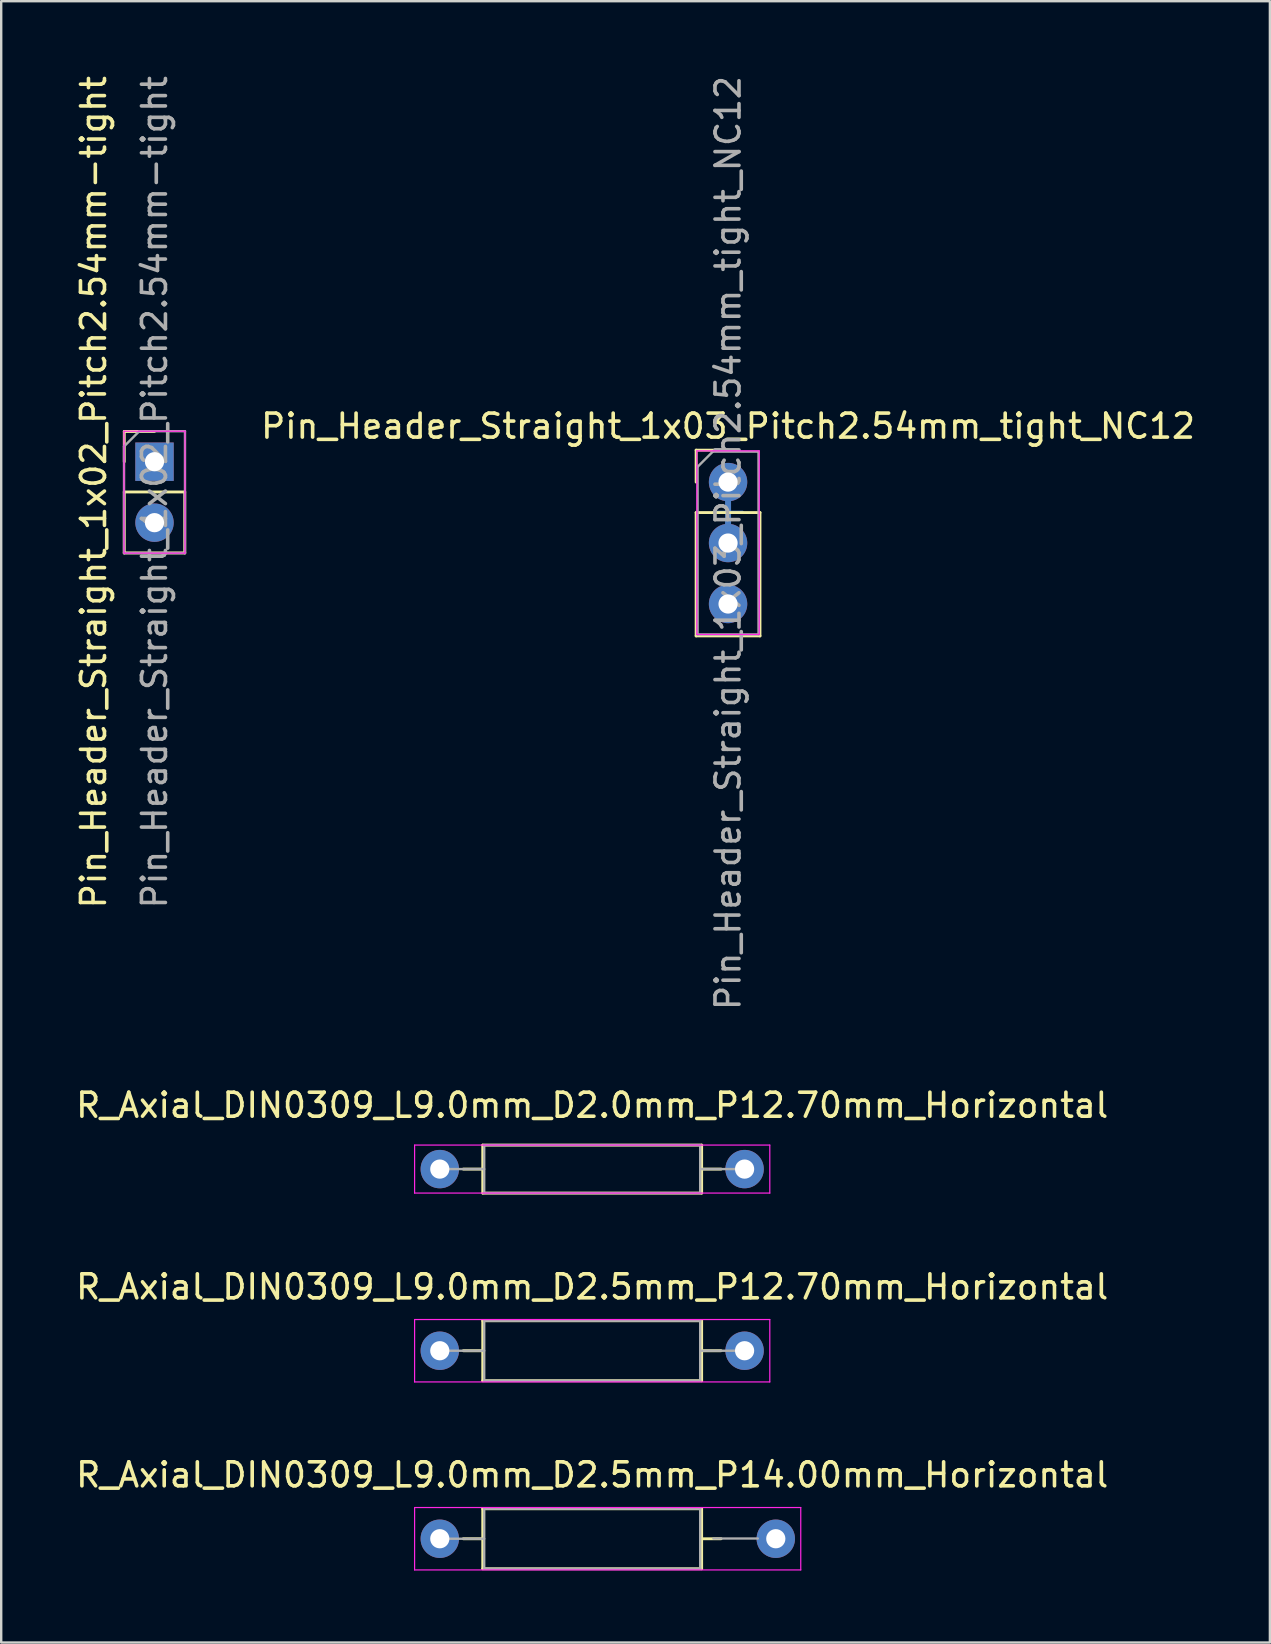
<source format=kicad_pcb>
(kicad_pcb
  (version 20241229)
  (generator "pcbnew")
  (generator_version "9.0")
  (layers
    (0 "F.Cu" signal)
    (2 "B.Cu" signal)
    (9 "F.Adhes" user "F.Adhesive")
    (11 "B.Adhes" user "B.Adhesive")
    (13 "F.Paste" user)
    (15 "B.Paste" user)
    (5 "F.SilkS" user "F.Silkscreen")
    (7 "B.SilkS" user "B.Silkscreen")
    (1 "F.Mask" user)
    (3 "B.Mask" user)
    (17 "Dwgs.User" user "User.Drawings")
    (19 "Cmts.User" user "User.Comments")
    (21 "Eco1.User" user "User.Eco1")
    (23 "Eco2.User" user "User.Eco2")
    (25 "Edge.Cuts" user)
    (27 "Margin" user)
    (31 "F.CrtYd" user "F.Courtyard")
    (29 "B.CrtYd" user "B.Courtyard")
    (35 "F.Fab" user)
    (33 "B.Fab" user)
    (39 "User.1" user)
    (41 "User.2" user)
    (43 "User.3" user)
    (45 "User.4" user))
  (footprint "Pin_Header_Straight_1x02_Pitch2.54mm-tight"
    (layer "F.Cu")
    (at 3.388 16.188)
    (property "Reference" "Pin_Header_Straight_1x02_Pitch2.54mm-tight" (at -2.54 1.27 270) (layer "F.SilkS") (effects (font (size 1 1) (thickness 0.15))))
    (attr through_hole)
    (fp_line (start -1.26 -1.26) (end 0 -1.26) (stroke (width 0.12) (type solid)) (layer "F.SilkS"))
    (fp_line (start -1.26 0) (end -1.26 -1.26) (stroke (width 0.12) (type solid)) (layer "F.SilkS"))
    (fp_line (start -1.26 1.26) (end -1.26 3.8) (stroke (width 0.12) (type solid)) (layer "F.SilkS"))
    (fp_line (start -1.26 1.26) (end 1.26 1.26) (stroke (width 0.12) (type solid)) (layer "F.SilkS"))
    (fp_line (start -1.26 3.8) (end 1.26 3.8) (stroke (width 0.12) (type solid)) (layer "F.SilkS"))
    (fp_line (start 1.26 1.26) (end 1.26 3.8) (stroke (width 0.12) (type solid)) (layer "F.SilkS"))
    (fp_line (start -1.27 -1.27) (end -1.27 3.81) (stroke (width 0.05) (type solid)) (layer "F.CrtYd"))
    (fp_line (start -1.27 3.81) (end 1.27 3.81) (stroke (width 0.05) (type solid)) (layer "F.CrtYd"))
    (fp_line (start 1.27 -1.27) (end -1.27 -1.27) (stroke (width 0.05) (type solid)) (layer "F.CrtYd"))
    (fp_line (start 1.27 3.81) (end 1.27 -1.27) (stroke (width 0.05) (type solid)) (layer "F.CrtYd"))
    (fp_line (start -1.27 -0.635) (end -0.635 -1.27) (stroke (width 0.1) (type solid)) (layer "F.Fab"))
    (fp_line (start -1.27 3.81) (end -1.27 -0.635) (stroke (width 0.1) (type solid)) (layer "F.Fab"))
    (fp_line (start -0.635 -1.27) (end 1.27 -1.27) (stroke (width 0.1) (type solid)) (layer "F.Fab"))
    (fp_line (start 1.27 -1.27) (end 1.27 3.81) (stroke (width 0.1) (type solid)) (layer "F.Fab"))
    (fp_line (start 1.27 3.81) (end -1.27 3.81) (stroke (width 0.1) (type solid)) (layer "F.Fab"))
    (fp_text user "${REFERENCE}" (at 0 1.27 90) (layer "F.Fab") (effects (font (size 1 1) (thickness 0.15))))
    (pad "1" thru_hole rect (at 0 0) (size 1.6 1.6) (drill 0.8) (layers "*.Cu" "*.Mask"))
    (pad "2" thru_hole oval (at 0 2.54) (size 1.6 1.6) (drill 0.8) (layers "*.Cu" "*.Mask")))
  (footprint "R_Axial_DIN0309_L9.0mm_D2.5mm_P12.70mm_Horizontal"
    (layer "F.Cu")
    (at 15.275 53.231)
    (property "Reference" "R_Axial_DIN0309_L9.0mm_D2.5mm_P12.70mm_Horizontal" (at 6.35 -2.66 180) (layer "F.SilkS") (effects (font (size 1 1) (thickness 0.15))))
    (attr through_hole)
    (fp_line (start 0.98 0) (end 1.79 0) (stroke (width 0.12) (type solid)) (layer "F.SilkS"))
    (fp_line (start 1.79 -1.25) (end 1.79 1.25) (stroke (width 0.12) (type solid)) (layer "F.SilkS"))
    (fp_line (start 1.79 1.25) (end 10.91 1.25) (stroke (width 0.12) (type solid)) (layer "F.SilkS"))
    (fp_line (start 10.91 -1.25) (end 1.79 -1.25) (stroke (width 0.12) (type solid)) (layer "F.SilkS"))
    (fp_line (start 10.91 1.25) (end 10.91 -1.25) (stroke (width 0.12) (type solid)) (layer "F.SilkS"))
    (fp_line (start 11.72 0) (end 10.91 0) (stroke (width 0.12) (type solid)) (layer "F.SilkS"))
    (fp_line (start -1.05 -1.3) (end -1.05 1.3) (stroke (width 0.05) (type solid)) (layer "F.CrtYd"))
    (fp_line (start -1.05 1.3) (end 13.75 1.3) (stroke (width 0.05) (type solid)) (layer "F.CrtYd"))
    (fp_line (start 13.75 -1.3) (end -1.05 -1.3) (stroke (width 0.05) (type solid)) (layer "F.CrtYd"))
    (fp_line (start 13.75 1.3) (end 13.75 -1.3) (stroke (width 0.05) (type solid)) (layer "F.CrtYd"))
    (fp_line (start 0 0) (end 1.85 0) (stroke (width 0.1) (type solid)) (layer "F.Fab"))
    (fp_line (start 1.85 -1.25) (end 1.85 1.25) (stroke (width 0.1) (type solid)) (layer "F.Fab"))
    (fp_line (start 1.85 1.25) (end 10.85 1.25) (stroke (width 0.1) (type solid)) (layer "F.Fab"))
    (fp_line (start 10.85 -1.25) (end 1.85 -1.25) (stroke (width 0.1) (type solid)) (layer "F.Fab"))
    (fp_line (start 10.85 1.25) (end 10.85 -1.25) (stroke (width 0.1) (type solid)) (layer "F.Fab"))
    (fp_line (start 12.7 0) (end 10.85 0) (stroke (width 0.1) (type solid)) (layer "F.Fab"))
    (pad "1" thru_hole circle (at 0 0) (size 1.6 1.6) (drill 0.8) (layers "*.Cu" "*.Mask"))
    (pad "2" thru_hole oval (at 12.7 0) (size 1.6 1.6) (drill 0.8) (layers "*.Cu" "*.Mask")))
  (footprint "Pin_Header_Straight_1x03_Pitch2.54mm_tight_NC12"
    (layer "F.Cu")
    (at 27.286 17.037)
    (property "Reference" "Pin_Header_Straight_1x03_Pitch2.54mm_tight_NC12" (at 0 -2.33 180) (layer "F.SilkS") (effects (font (size 1 1) (thickness 0.15))))
    (attr through_hole)
    (fp_line (start -0.6 1.25) (end 0.6 1.25) (stroke (width 0.12) (type solid)) (layer "B.Cu"))
    (fp_line (start 0 0.65) (end 0 1.9) (stroke (width 0.25) (type solid)) (layer "B.Cu"))
    (fp_line (start -1.33 -1.33) (end 0 -1.33) (stroke (width 0.12) (type solid)) (layer "F.SilkS"))
    (fp_line (start -1.33 0) (end -1.33 -1.33) (stroke (width 0.12) (type solid)) (layer "F.SilkS"))
    (fp_line (start -1.33 1.27) (end -1.33 6.41) (stroke (width 0.12) (type solid)) (layer "F.SilkS"))
    (fp_line (start -1.33 1.27) (end 1.33 1.27) (stroke (width 0.12) (type solid)) (layer "F.SilkS"))
    (fp_line (start -1.33 6.41) (end 1.33 6.41) (stroke (width 0.12) (type solid)) (layer "F.SilkS"))
    (fp_line (start 1.33 1.27) (end 1.33 6.41) (stroke (width 0.12) (type solid)) (layer "F.SilkS"))
    (fp_line (start -1.3 -1.3) (end -1.3 6.35) (stroke (width 0.05) (type solid)) (layer "F.CrtYd"))
    (fp_line (start -1.3 6.35) (end 1.3 6.35) (stroke (width 0.05) (type solid)) (layer "F.CrtYd"))
    (fp_line (start 1.3 -1.3) (end -1.3 -1.3) (stroke (width 0.05) (type solid)) (layer "F.CrtYd"))
    (fp_line (start 1.3 6.35) (end 1.3 -1.3) (stroke (width 0.05) (type solid)) (layer "F.CrtYd"))
    (fp_line (start -1.27 -0.635) (end -0.635 -1.27) (stroke (width 0.1) (type solid)) (layer "F.Fab"))
    (fp_line (start -1.27 6.35) (end -1.27 -0.635) (stroke (width 0.1) (type solid)) (layer "F.Fab"))
    (fp_line (start -0.635 -1.27) (end 1.27 -1.27) (stroke (width 0.1) (type solid)) (layer "F.Fab"))
    (fp_line (start 1.27 -1.27) (end 1.27 6.35) (stroke (width 0.1) (type solid)) (layer "F.Fab"))
    (fp_line (start 1.27 6.35) (end -1.27 6.35) (stroke (width 0.1) (type solid)) (layer "F.Fab"))
    (fp_text user "${REFERENCE}" (at 0 2.54 90) (layer "F.Fab") (effects (font (size 1 1) (thickness 0.15))))
    (pad "1" thru_hole circle (at 0 0) (size 1.6 1.6) (drill 0.8) (layers "*.Cu" "*.Mask"))
    (pad "2" thru_hole oval (at 0 2.54) (size 1.6 1.6) (drill 0.8) (layers "*.Cu" "*.Mask"))
    (pad "3" thru_hole oval (at 0 5.08) (size 1.6 1.6) (drill 0.8) (layers "*.Cu" "*.Mask")))
  (footprint "R_Axial_DIN0309_L9.0mm_D2.5mm_P14.00mm_Horizontal"
    (layer "F.Cu")
    (at 15.275 61.065)
    (property "Reference" "R_Axial_DIN0309_L9.0mm_D2.5mm_P14.00mm_Horizontal" (at 6.35 -2.66 0) (layer "F.SilkS") (effects (font (size 1 1) (thickness 0.15))))
    (attr through_hole)
    (fp_line (start 0.98 0) (end 1.79 0) (stroke (width 0.12) (type solid)) (layer "F.SilkS"))
    (fp_line (start 1.79 -1.25) (end 1.79 1.25) (stroke (width 0.12) (type solid)) (layer "F.SilkS"))
    (fp_line (start 1.79 1.25) (end 10.91 1.25) (stroke (width 0.12) (type solid)) (layer "F.SilkS"))
    (fp_line (start 10.91 -1.25) (end 1.79 -1.25) (stroke (width 0.12) (type solid)) (layer "F.SilkS"))
    (fp_line (start 10.91 1.25) (end 10.91 -1.25) (stroke (width 0.12) (type solid)) (layer "F.SilkS"))
    (fp_line (start 11.72 0) (end 10.91 0) (stroke (width 0.12) (type solid)) (layer "F.SilkS"))
    (fp_line (start -1.05 -1.3) (end -1.05 1.3) (stroke (width 0.05) (type solid)) (layer "F.CrtYd"))
    (fp_line (start -1.05 1.3) (end 15.04 1.3) (stroke (width 0.05) (type solid)) (layer "F.CrtYd"))
    (fp_line (start 15.04 -1.3) (end -1.05 -1.3) (stroke (width 0.05) (type solid)) (layer "F.CrtYd"))
    (fp_line (start 15.04 1.3) (end 15.04 -1.3) (stroke (width 0.05) (type solid)) (layer "F.CrtYd"))
    (fp_line (start 0 0) (end 1.85 0) (stroke (width 0.1) (type solid)) (layer "F.Fab"))
    (fp_line (start 1.85 -1.25) (end 1.85 1.25) (stroke (width 0.1) (type solid)) (layer "F.Fab"))
    (fp_line (start 1.85 1.25) (end 10.85 1.25) (stroke (width 0.1) (type solid)) (layer "F.Fab"))
    (fp_line (start 10.85 -1.25) (end 1.85 -1.25) (stroke (width 0.1) (type solid)) (layer "F.Fab"))
    (fp_line (start 10.85 1.25) (end 10.85 -1.25) (stroke (width 0.1) (type solid)) (layer "F.Fab"))
    (fp_line (start 13.25 -0.01) (end 11.4 -0.01) (stroke (width 0.1) (type solid)) (layer "F.Fab"))
    (pad "1" thru_hole circle (at 0 0) (size 1.6 1.6) (drill 0.8) (layers "*.Cu" "*.Mask"))
    (pad "2" thru_hole oval (at 14 0) (size 1.6 1.6) (drill 0.8) (layers "*.Cu" "*.Mask")))
  (footprint "R_Axial_DIN0309_L9.0mm_D2.0mm_P12.70mm_Horizontal"
    (layer "F.Cu")
    (at 15.275 45.663)
    (property "Reference" "R_Axial_DIN0309_L9.0mm_D2.0mm_P12.70mm_Horizontal" (at 6.35 -2.66 180) (layer "F.SilkS") (effects (font (size 1 1) (thickness 0.15))))
    (attr through_hole)
    (fp_line (start 0.98 0) (end 1.79 0) (stroke (width 0.12) (type solid)) (layer "F.SilkS"))
    (fp_line (start 1.79 -1) (end 1.79 1) (stroke (width 0.12) (type solid)) (layer "F.SilkS"))
    (fp_line (start 1.79 1) (end 10.91 1) (stroke (width 0.12) (type solid)) (layer "F.SilkS"))
    (fp_line (start 10.91 -1) (end 1.79 -1) (stroke (width 0.12) (type solid)) (layer "F.SilkS"))
    (fp_line (start 10.91 1) (end 10.91 -1) (stroke (width 0.12) (type solid)) (layer "F.SilkS"))
    (fp_line (start 11.72 0) (end 10.91 0) (stroke (width 0.12) (type solid)) (layer "F.SilkS"))
    (fp_line (start -1.05 -1) (end -1.05 1) (stroke (width 0.05) (type solid)) (layer "F.CrtYd"))
    (fp_line (start -1.05 1) (end 13.75 1) (stroke (width 0.05) (type solid)) (layer "F.CrtYd"))
    (fp_line (start 13.75 -1) (end -1.05 -1) (stroke (width 0.05) (type solid)) (layer "F.CrtYd"))
    (fp_line (start 13.75 1) (end 13.75 -1) (stroke (width 0.05) (type solid)) (layer "F.CrtYd"))
    (fp_line (start 0 0) (end 1.85 0) (stroke (width 0.1) (type solid)) (layer "F.Fab"))
    (fp_line (start 1.85 -1) (end 1.85 1) (stroke (width 0.1) (type solid)) (layer "F.Fab"))
    (fp_line (start 1.87 1) (end 10.85 1) (stroke (width 0.1) (type solid)) (layer "F.Fab"))
    (fp_line (start 10.85 -1) (end 1.85 -1) (stroke (width 0.1) (type solid)) (layer "F.Fab"))
    (fp_line (start 10.85 1) (end 10.85 -1) (stroke (width 0.1) (type solid)) (layer "F.Fab"))
    (fp_line (start 12.7 0) (end 10.85 0) (stroke (width 0.1) (type solid)) (layer "F.Fab"))
    (pad "1" thru_hole circle (at 0 0) (size 1.6 1.6) (drill 0.8) (layers "*.Cu" "*.Mask"))
    (pad "2" thru_hole oval (at 12.7 0) (size 1.6 1.6) (drill 0.8) (layers "*.Cu" "*.Mask")))
  (gr_rect
    (start -3 -3)
    (end 49.863 65.39)
    (stroke (width 0.1) (type default))
    (fill no)
    (layer "Edge.Cuts")))
</source>
